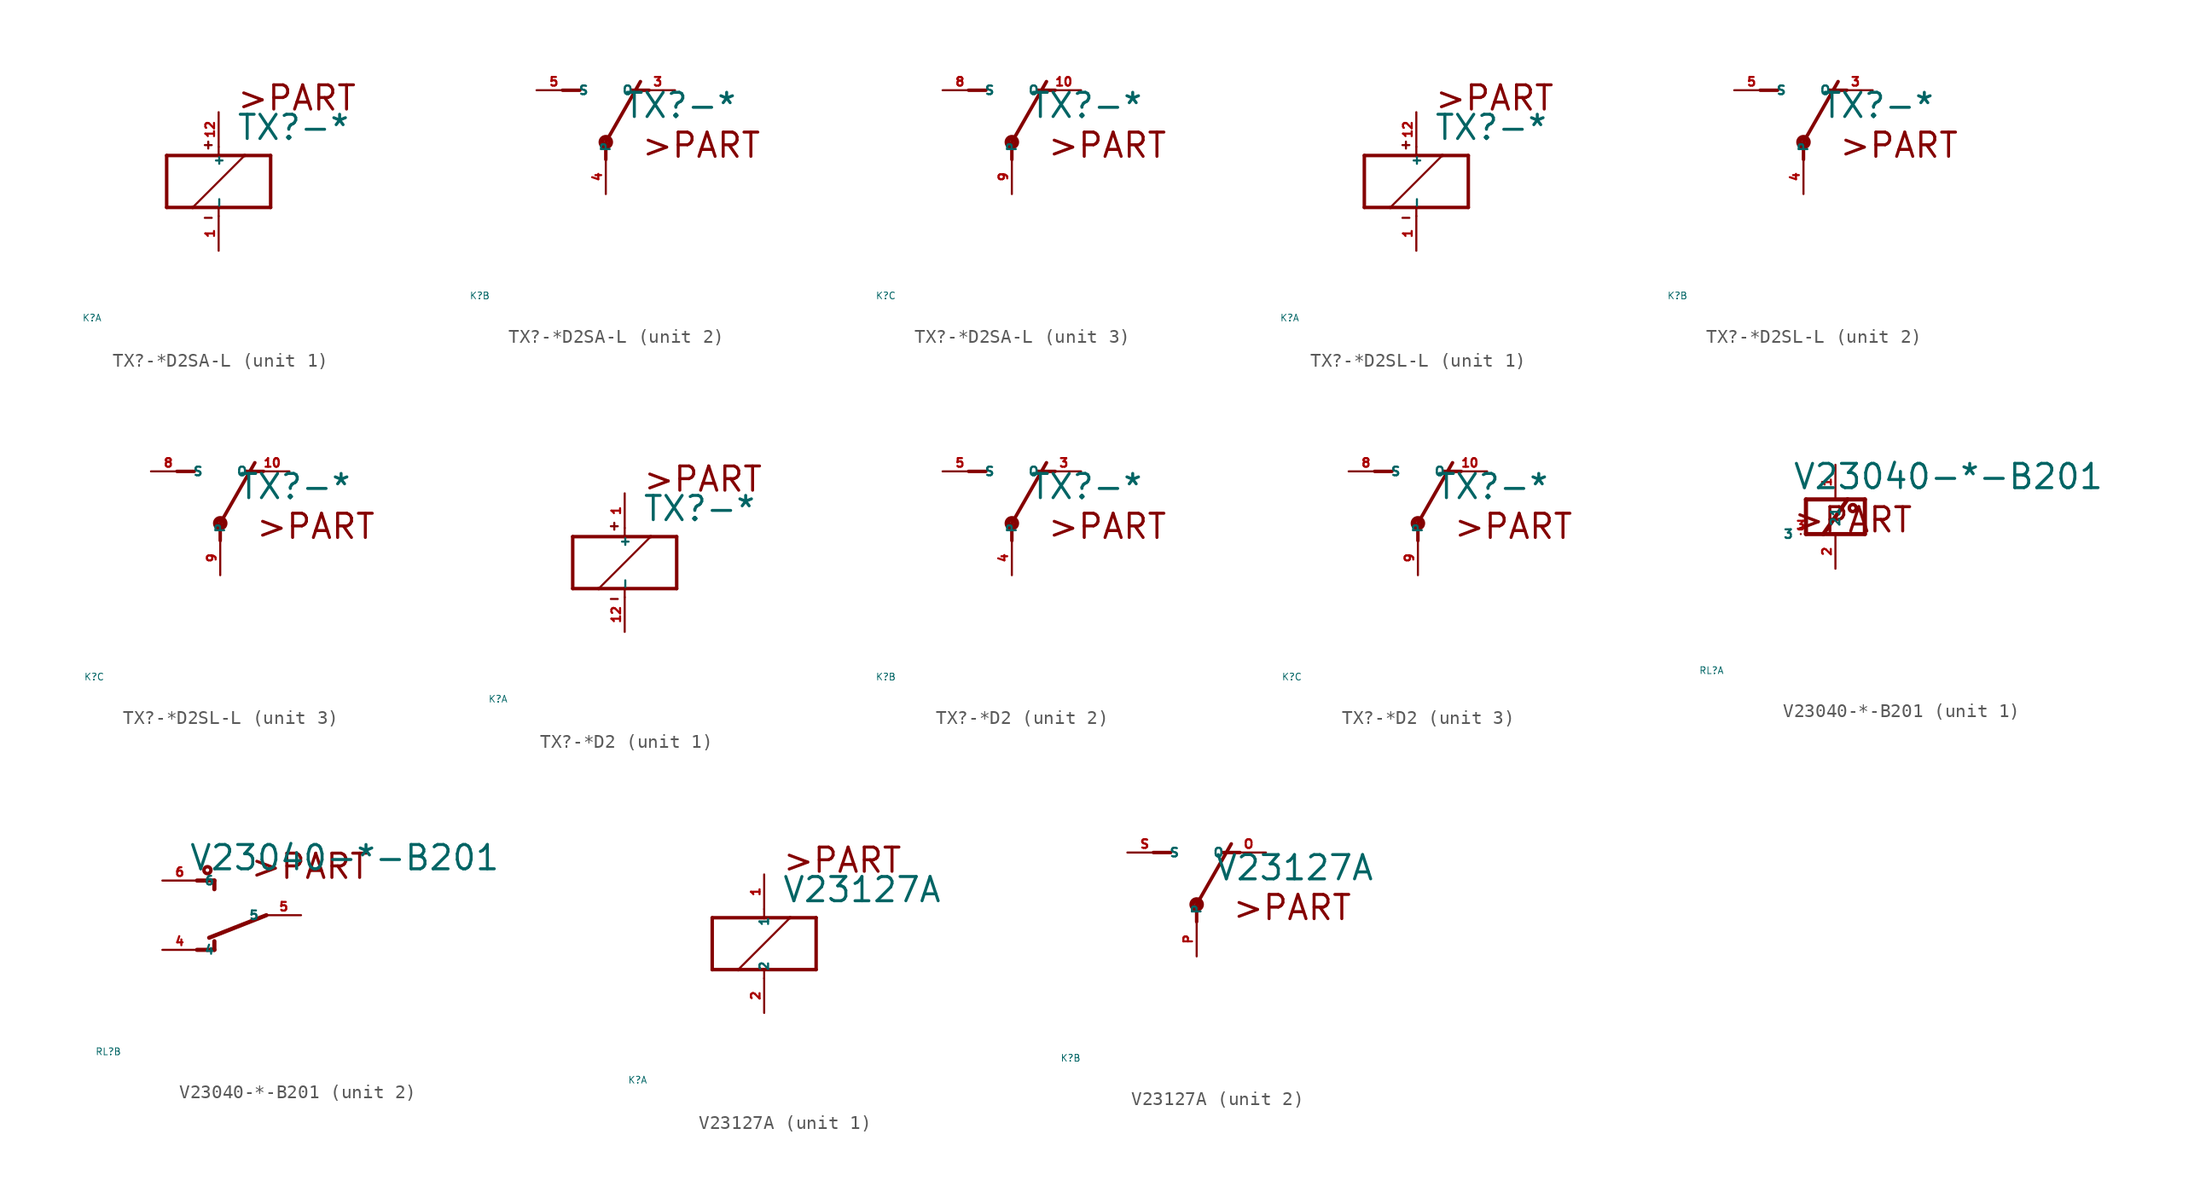
<source format=kicad_sym>
(kicad_symbol_lib
  (version 20220914)
  (generator Eagle2Kicad)
  (symbol "TX?-*D2SA-L"
    (property "Reference" "K"
      (at -10 -10 0)
      (effects (font (size 0.5 0.5) (thickness 0.06)) (justify left)))
    (property "Value" "TX?-*"
      (at 1.27 2.921 0)
      (effects (font (size 1.778 1.778) (thickness 0.22)) (justify left bottom)))
    (symbol "TX?-*D2SA-L_1_0"
      (polyline (pts (xy -3.81 -1.905) (xy -1.905 -1.905)) (stroke (width 0.254) (type default)) (fill (type none)))
      (polyline (pts (xy 3.81 -1.905) (xy 3.81 1.905)) (stroke (width 0.254) (type default)) (fill (type none)))
      (polyline (pts (xy 3.81 1.905) (xy 1.905 1.905)) (stroke (width 0.254) (type default)) (fill (type none)))
      (polyline (pts (xy -3.81 1.905) (xy -3.81 -1.905)) (stroke (width 0.254) (type default)) (fill (type none)))
      (polyline (pts (xy 0 -2.54) (xy 0 -1.905)) (stroke (width 0.152) (type default)) (fill (type none)))
      (polyline (pts (xy 0 -1.905) (xy 3.81 -1.905)) (stroke (width 0.254) (type default)) (fill (type none)))
      (polyline (pts (xy 0 2.54) (xy 0 1.905)) (stroke (width 0.152) (type default)) (fill (type none)))
      (polyline (pts (xy 0 1.905) (xy -3.81 1.905)) (stroke (width 0.254) (type default)) (fill (type none)))
      (polyline (pts (xy -1.905 -1.905) (xy 1.905 1.905)) (stroke (width 0.152) (type default)) (fill (type none)))
      (polyline (pts (xy -1.905 -1.905) (xy 0 -1.905)) (stroke (width 0.254) (type default)) (fill (type none)))
      (polyline (pts (xy 1.905 1.905) (xy 0 1.905)) (stroke (width 0.254) (type default)) (fill (type none)))
      (polyline (pts (xy -1.016 2.667) (xy -0.508 2.667)) (stroke (width 0.152) (type default)) (fill (type none)))
      (polyline (pts (xy -0.762 2.921) (xy -0.762 2.413)) (stroke (width 0.152) (type default)) (fill (type none)))
      (polyline (pts (xy -1.016 -2.667) (xy -0.508 -2.667)) (stroke (width 0.152) (type default)) (fill (type none)))
      (text ">PART" (at 1.27 5.08 0) (effects (font (size 1.778 1.778) (thickness 0.22)) (justify left bottom)))
      (pin passive line (at 0 -5.08 90) (length 2.54) (name "-" (effects (font (size 0.635 0.635) (thickness 0.08)) (justify left bottom))) (number "1" (effects (font (size 0.635 0.635) (thickness 0.08)) (justify left bottom))))
      (pin passive line (at 0 5.08 270) (length 2.54) (name "+" (effects (font (size 0.635 0.635) (thickness 0.08)) (justify left bottom))) (number "12" (effects (font (size 0.635 0.635) (thickness 0.08)) (justify left bottom)))))
    (symbol "TX?-*D2SA-L_2_0"
      (polyline (pts (xy 3.175 5.08) (xy 1.905 5.08)) (stroke (width 0.254) (type default)) (fill (type none)))
      (polyline (pts (xy -3.175 5.08) (xy -1.905 5.08)) (stroke (width 0.254) (type default)) (fill (type none)))
      (polyline (pts (xy 0 1.27) (xy 2.54 5.715)) (stroke (width 0.254) (type default)) (fill (type none)))
      (polyline (pts (xy 0 1.27) (xy 0 0)) (stroke (width 0.254) (type default)) (fill (type none)))
      (text ">PART" (at 2.54 0 0) (effects (font (size 1.778 1.778) (thickness 0.22)) (justify left bottom)))
      (circle (center 0 1.27) (radius 0.127) (stroke (width 0.406) (type default)) (fill (type none)))
      (pin passive line (at 5.08 5.08 180) (length 2.54) (name "O" (effects (font (size 0.635 0.635) (thickness 0.08)) (justify left bottom))) (number "3" (effects (font (size 0.635 0.635) (thickness 0.08)) (justify left bottom))))
      (pin passive line (at -5.08 5.08 0) (length 2.54) (name "S" (effects (font (size 0.635 0.635) (thickness 0.08)) (justify left bottom))) (number "5" (effects (font (size 0.635 0.635) (thickness 0.08)) (justify left bottom))))
      (pin passive line (at 0 -2.54 90) (length 2.54) (name "P" (effects (font (size 0.635 0.635) (thickness 0.08)) (justify left bottom))) (number "4" (effects (font (size 0.635 0.635) (thickness 0.08)) (justify left bottom)))))
    (symbol "TX?-*D2SA-L_3_0"
      (polyline (pts (xy 3.175 5.08) (xy 1.905 5.08)) (stroke (width 0.254) (type default)) (fill (type none)))
      (polyline (pts (xy -3.175 5.08) (xy -1.905 5.08)) (stroke (width 0.254) (type default)) (fill (type none)))
      (polyline (pts (xy 0 1.27) (xy 2.54 5.715)) (stroke (width 0.254) (type default)) (fill (type none)))
      (polyline (pts (xy 0 1.27) (xy 0 0)) (stroke (width 0.254) (type default)) (fill (type none)))
      (text ">PART" (at 2.54 0 0) (effects (font (size 1.778 1.778) (thickness 0.22)) (justify left bottom)))
      (circle (center 0 1.27) (radius 0.127) (stroke (width 0.406) (type default)) (fill (type none)))
      (pin passive line (at 5.08 5.08 180) (length 2.54) (name "O" (effects (font (size 0.635 0.635) (thickness 0.08)) (justify left bottom))) (number "10" (effects (font (size 0.635 0.635) (thickness 0.08)) (justify left bottom))))
      (pin passive line (at -5.08 5.08 0) (length 2.54) (name "S" (effects (font (size 0.635 0.635) (thickness 0.08)) (justify left bottom))) (number "8" (effects (font (size 0.635 0.635) (thickness 0.08)) (justify left bottom))))
      (pin passive line (at 0 -2.54 90) (length 2.54) (name "P" (effects (font (size 0.635 0.635) (thickness 0.08)) (justify left bottom))) (number "9" (effects (font (size 0.635 0.635) (thickness 0.08)) (justify left bottom))))))
  (symbol "TX?-*D2SL-L"
    (property "Reference" "K"
      (at -10 -10 0)
      (effects (font (size 0.5 0.5) (thickness 0.06)) (justify left)))
    (property "Value" "TX?-*"
      (at 1.27 2.921 0)
      (effects (font (size 1.778 1.778) (thickness 0.22)) (justify left bottom)))
    (symbol "TX?-*D2SL-L_1_0"
      (polyline (pts (xy -3.81 -1.905) (xy -1.905 -1.905)) (stroke (width 0.254) (type default)) (fill (type none)))
      (polyline (pts (xy 3.81 -1.905) (xy 3.81 1.905)) (stroke (width 0.254) (type default)) (fill (type none)))
      (polyline (pts (xy 3.81 1.905) (xy 1.905 1.905)) (stroke (width 0.254) (type default)) (fill (type none)))
      (polyline (pts (xy -3.81 1.905) (xy -3.81 -1.905)) (stroke (width 0.254) (type default)) (fill (type none)))
      (polyline (pts (xy 0 -2.54) (xy 0 -1.905)) (stroke (width 0.152) (type default)) (fill (type none)))
      (polyline (pts (xy 0 -1.905) (xy 3.81 -1.905)) (stroke (width 0.254) (type default)) (fill (type none)))
      (polyline (pts (xy 0 2.54) (xy 0 1.905)) (stroke (width 0.152) (type default)) (fill (type none)))
      (polyline (pts (xy 0 1.905) (xy -3.81 1.905)) (stroke (width 0.254) (type default)) (fill (type none)))
      (polyline (pts (xy -1.905 -1.905) (xy 1.905 1.905)) (stroke (width 0.152) (type default)) (fill (type none)))
      (polyline (pts (xy -1.905 -1.905) (xy 0 -1.905)) (stroke (width 0.254) (type default)) (fill (type none)))
      (polyline (pts (xy 1.905 1.905) (xy 0 1.905)) (stroke (width 0.254) (type default)) (fill (type none)))
      (polyline (pts (xy -1.016 2.667) (xy -0.508 2.667)) (stroke (width 0.152) (type default)) (fill (type none)))
      (polyline (pts (xy -0.762 2.921) (xy -0.762 2.413)) (stroke (width 0.152) (type default)) (fill (type none)))
      (polyline (pts (xy -1.016 -2.667) (xy -0.508 -2.667)) (stroke (width 0.152) (type default)) (fill (type none)))
      (text ">PART" (at 1.27 5.08 0) (effects (font (size 1.778 1.778) (thickness 0.22)) (justify left bottom)))
      (pin passive line (at 0 -5.08 90) (length 2.54) (name "-" (effects (font (size 0.635 0.635) (thickness 0.08)) (justify left bottom))) (number "1" (effects (font (size 0.635 0.635) (thickness 0.08)) (justify left bottom))))
      (pin passive line (at 0 5.08 270) (length 2.54) (name "+" (effects (font (size 0.635 0.635) (thickness 0.08)) (justify left bottom))) (number "12" (effects (font (size 0.635 0.635) (thickness 0.08)) (justify left bottom)))))
    (symbol "TX?-*D2SL-L_2_0"
      (polyline (pts (xy 3.175 5.08) (xy 1.905 5.08)) (stroke (width 0.254) (type default)) (fill (type none)))
      (polyline (pts (xy -3.175 5.08) (xy -1.905 5.08)) (stroke (width 0.254) (type default)) (fill (type none)))
      (polyline (pts (xy 0 1.27) (xy 2.54 5.715)) (stroke (width 0.254) (type default)) (fill (type none)))
      (polyline (pts (xy 0 1.27) (xy 0 0)) (stroke (width 0.254) (type default)) (fill (type none)))
      (text ">PART" (at 2.54 0 0) (effects (font (size 1.778 1.778) (thickness 0.22)) (justify left bottom)))
      (circle (center 0 1.27) (radius 0.127) (stroke (width 0.406) (type default)) (fill (type none)))
      (pin passive line (at 5.08 5.08 180) (length 2.54) (name "O" (effects (font (size 0.635 0.635) (thickness 0.08)) (justify left bottom))) (number "3" (effects (font (size 0.635 0.635) (thickness 0.08)) (justify left bottom))))
      (pin passive line (at -5.08 5.08 0) (length 2.54) (name "S" (effects (font (size 0.635 0.635) (thickness 0.08)) (justify left bottom))) (number "5" (effects (font (size 0.635 0.635) (thickness 0.08)) (justify left bottom))))
      (pin passive line (at 0 -2.54 90) (length 2.54) (name "P" (effects (font (size 0.635 0.635) (thickness 0.08)) (justify left bottom))) (number "4" (effects (font (size 0.635 0.635) (thickness 0.08)) (justify left bottom)))))
    (symbol "TX?-*D2SL-L_3_0"
      (polyline (pts (xy 3.175 5.08) (xy 1.905 5.08)) (stroke (width 0.254) (type default)) (fill (type none)))
      (polyline (pts (xy -3.175 5.08) (xy -1.905 5.08)) (stroke (width 0.254) (type default)) (fill (type none)))
      (polyline (pts (xy 0 1.27) (xy 2.54 5.715)) (stroke (width 0.254) (type default)) (fill (type none)))
      (polyline (pts (xy 0 1.27) (xy 0 0)) (stroke (width 0.254) (type default)) (fill (type none)))
      (text ">PART" (at 2.54 0 0) (effects (font (size 1.778 1.778) (thickness 0.22)) (justify left bottom)))
      (circle (center 0 1.27) (radius 0.127) (stroke (width 0.406) (type default)) (fill (type none)))
      (pin passive line (at 5.08 5.08 180) (length 2.54) (name "O" (effects (font (size 0.635 0.635) (thickness 0.08)) (justify left bottom))) (number "10" (effects (font (size 0.635 0.635) (thickness 0.08)) (justify left bottom))))
      (pin passive line (at -5.08 5.08 0) (length 2.54) (name "S" (effects (font (size 0.635 0.635) (thickness 0.08)) (justify left bottom))) (number "8" (effects (font (size 0.635 0.635) (thickness 0.08)) (justify left bottom))))
      (pin passive line (at 0 -2.54 90) (length 2.54) (name "P" (effects (font (size 0.635 0.635) (thickness 0.08)) (justify left bottom))) (number "9" (effects (font (size 0.635 0.635) (thickness 0.08)) (justify left bottom))))))
  (symbol "TX?-*D2"
    (property "Reference" "K"
      (at -10 -10 0)
      (effects (font (size 0.5 0.5) (thickness 0.06)) (justify left)))
    (property "Value" "TX?-*"
      (at 1.27 2.921 0)
      (effects (font (size 1.778 1.778) (thickness 0.22)) (justify left bottom)))
    (symbol "TX?-*D2_1_0"
      (polyline (pts (xy -3.81 -1.905) (xy -1.905 -1.905)) (stroke (width 0.254) (type default)) (fill (type none)))
      (polyline (pts (xy 3.81 -1.905) (xy 3.81 1.905)) (stroke (width 0.254) (type default)) (fill (type none)))
      (polyline (pts (xy 3.81 1.905) (xy 1.905 1.905)) (stroke (width 0.254) (type default)) (fill (type none)))
      (polyline (pts (xy -3.81 1.905) (xy -3.81 -1.905)) (stroke (width 0.254) (type default)) (fill (type none)))
      (polyline (pts (xy 0 -2.54) (xy 0 -1.905)) (stroke (width 0.152) (type default)) (fill (type none)))
      (polyline (pts (xy 0 -1.905) (xy 3.81 -1.905)) (stroke (width 0.254) (type default)) (fill (type none)))
      (polyline (pts (xy 0 2.54) (xy 0 1.905)) (stroke (width 0.152) (type default)) (fill (type none)))
      (polyline (pts (xy 0 1.905) (xy -3.81 1.905)) (stroke (width 0.254) (type default)) (fill (type none)))
      (polyline (pts (xy -1.905 -1.905) (xy 1.905 1.905)) (stroke (width 0.152) (type default)) (fill (type none)))
      (polyline (pts (xy -1.905 -1.905) (xy 0 -1.905)) (stroke (width 0.254) (type default)) (fill (type none)))
      (polyline (pts (xy 1.905 1.905) (xy 0 1.905)) (stroke (width 0.254) (type default)) (fill (type none)))
      (polyline (pts (xy -1.016 2.667) (xy -0.508 2.667)) (stroke (width 0.152) (type default)) (fill (type none)))
      (polyline (pts (xy -0.762 2.921) (xy -0.762 2.413)) (stroke (width 0.152) (type default)) (fill (type none)))
      (polyline (pts (xy -1.016 -2.667) (xy -0.508 -2.667)) (stroke (width 0.152) (type default)) (fill (type none)))
      (text ">PART" (at 1.27 5.08 0) (effects (font (size 1.778 1.778) (thickness 0.22)) (justify left bottom)))
      (pin passive line (at 0 -5.08 90) (length 2.54) (name "-" (effects (font (size 0.635 0.635) (thickness 0.08)) (justify left bottom))) (number "12" (effects (font (size 0.635 0.635) (thickness 0.08)) (justify left bottom))))
      (pin passive line (at 0 5.08 270) (length 2.54) (name "+" (effects (font (size 0.635 0.635) (thickness 0.08)) (justify left bottom))) (number "1" (effects (font (size 0.635 0.635) (thickness 0.08)) (justify left bottom)))))
    (symbol "TX?-*D2_2_0"
      (polyline (pts (xy 3.175 5.08) (xy 1.905 5.08)) (stroke (width 0.254) (type default)) (fill (type none)))
      (polyline (pts (xy -3.175 5.08) (xy -1.905 5.08)) (stroke (width 0.254) (type default)) (fill (type none)))
      (polyline (pts (xy 0 1.27) (xy 2.54 5.715)) (stroke (width 0.254) (type default)) (fill (type none)))
      (polyline (pts (xy 0 1.27) (xy 0 0)) (stroke (width 0.254) (type default)) (fill (type none)))
      (text ">PART" (at 2.54 0 0) (effects (font (size 1.778 1.778) (thickness 0.22)) (justify left bottom)))
      (circle (center 0 1.27) (radius 0.127) (stroke (width 0.406) (type default)) (fill (type none)))
      (pin passive line (at 5.08 5.08 180) (length 2.54) (name "O" (effects (font (size 0.635 0.635) (thickness 0.08)) (justify left bottom))) (number "3" (effects (font (size 0.635 0.635) (thickness 0.08)) (justify left bottom))))
      (pin passive line (at -5.08 5.08 0) (length 2.54) (name "S" (effects (font (size 0.635 0.635) (thickness 0.08)) (justify left bottom))) (number "5" (effects (font (size 0.635 0.635) (thickness 0.08)) (justify left bottom))))
      (pin passive line (at 0 -2.54 90) (length 2.54) (name "P" (effects (font (size 0.635 0.635) (thickness 0.08)) (justify left bottom))) (number "4" (effects (font (size 0.635 0.635) (thickness 0.08)) (justify left bottom)))))
    (symbol "TX?-*D2_3_0"
      (polyline (pts (xy 3.175 5.08) (xy 1.905 5.08)) (stroke (width 0.254) (type default)) (fill (type none)))
      (polyline (pts (xy -3.175 5.08) (xy -1.905 5.08)) (stroke (width 0.254) (type default)) (fill (type none)))
      (polyline (pts (xy 0 1.27) (xy 2.54 5.715)) (stroke (width 0.254) (type default)) (fill (type none)))
      (polyline (pts (xy 0 1.27) (xy 0 0)) (stroke (width 0.254) (type default)) (fill (type none)))
      (text ">PART" (at 2.54 0 0) (effects (font (size 1.778 1.778) (thickness 0.22)) (justify left bottom)))
      (circle (center 0 1.27) (radius 0.127) (stroke (width 0.406) (type default)) (fill (type none)))
      (pin passive line (at 5.08 5.08 180) (length 2.54) (name "O" (effects (font (size 0.635 0.635) (thickness 0.08)) (justify left bottom))) (number "10" (effects (font (size 0.635 0.635) (thickness 0.08)) (justify left bottom))))
      (pin passive line (at -5.08 5.08 0) (length 2.54) (name "S" (effects (font (size 0.635 0.635) (thickness 0.08)) (justify left bottom))) (number "8" (effects (font (size 0.635 0.635) (thickness 0.08)) (justify left bottom))))
      (pin passive line (at 0 -2.54 90) (length 2.54) (name "P" (effects (font (size 0.635 0.635) (thickness 0.08)) (justify left bottom))) (number "9" (effects (font (size 0.635 0.635) (thickness 0.08)) (justify left bottom))))))
  (symbol "V23040-*-B201"
    (property "Reference" "RL"
      (at -10 -10 0)
      (effects (font (size 0.5 0.5) (thickness 0.06)) (justify left)))
    (property "Value" "V23040-*-B201"
      (at -3.175 3.175 0)
      (effects (font (size 1.778 1.778) (thickness 0.22)) (justify left bottom)))
    (symbol "V23040-*-B201_1_0"
      (polyline (pts (xy -2.159 0) (xy -2.159 2.54)) (stroke (width 0.305) (type default)) (fill (type none)))
      (polyline (pts (xy 0.889 2.54) (xy -0.889 0)) (stroke (width 0.305) (type default)) (fill (type none)))
      (polyline (pts (xy 0.889 2.54) (xy 2.159 2.54)) (stroke (width 0.305) (type default)) (fill (type none)))
      (polyline (pts (xy -0.889 0) (xy -2.159 0)) (stroke (width 0.305) (type default)) (fill (type none)))
      (polyline (pts (xy -2.159 2.54) (xy 0.889 2.54)) (stroke (width 0.305) (type default)) (fill (type none)))
      (polyline (pts (xy 2.159 0) (xy -0.889 0)) (stroke (width 0.305) (type default)) (fill (type none)))
      (polyline (pts (xy 2.159 2.54) (xy 2.159 0)) (stroke (width 0.305) (type default)) (fill (type none)))
      (text ">PART" (at -3.175 0 0) (effects (font (size 1.778 1.778) (thickness 0.22)) (justify left bottom mirror)))
      (circle (center 1.27 1.905) (radius 0.254) (stroke (width 0.254) (type default)) (fill (type none)))
      (pin passive line (at 0 5.08 270) (length 2.54) (name "1" (effects (font (size 0.635 0.635) (thickness 0.08)) (justify left bottom))) (number "1" (effects (font (size 0.635 0.635) (thickness 0.08)) (justify left bottom))))
      (pin passive line (at 0 -2.54 90) (length 2.54) (name "2" (effects (font (size 0.635 0.635) (thickness 0.08)) (justify left bottom))) (number "2" (effects (font (size 0.635 0.635) (thickness 0.08)) (justify left bottom))))
      (pin passive line (at -2.54 0 180) (length 0) (name "3" (effects (font (size 0.635 0.635) (thickness 0.08)) (justify left bottom))) (number "3" (effects (font (size 0.635 0.635) (thickness 0.08)) (justify left bottom)))))
    (symbol "V23040-*-B201_2_0"
      (polyline (pts (xy -2.54 -2.54) (xy -1.27 -2.54)) (stroke (width 0.305) (type default)) (fill (type none)))
      (polyline (pts (xy -1.27 -2.54) (xy -1.27 -1.905)) (stroke (width 0.305) (type default)) (fill (type none)))
      (polyline (pts (xy -2.54 2.54) (xy -1.27 2.54)) (stroke (width 0.305) (type default)) (fill (type none)))
      (polyline (pts (xy -1.27 2.54) (xy -1.27 1.905)) (stroke (width 0.305) (type default)) (fill (type none)))
      (polyline (pts (xy -1.651 -1.651) (xy 2.54 0)) (stroke (width 0.305) (type default)) (fill (type none)))
      (text ">PART" (at 1.27 2.54 0) (effects (font (size 1.778 1.778) (thickness 0.22)) (justify left bottom)))
      (circle (center -1.778 3.302) (radius 0.254) (stroke (width 0.254) (type default)) (fill (type none)))
      (pin passive line (at -5.08 -2.54 0) (length 2.54) (name "4" (effects (font (size 0.635 0.635) (thickness 0.08)) (justify left bottom))) (number "4" (effects (font (size 0.635 0.635) (thickness 0.08)) (justify left bottom))))
      (pin passive line (at 5.08 0 180) (length 2.54) (name "5" (effects (font (size 0.635 0.635) (thickness 0.08)) (justify left bottom))) (number "5" (effects (font (size 0.635 0.635) (thickness 0.08)) (justify left bottom))))
      (pin passive line (at -5.08 2.54 0) (length 2.54) (name "6" (effects (font (size 0.635 0.635) (thickness 0.08)) (justify left bottom))) (number "6" (effects (font (size 0.635 0.635) (thickness 0.08)) (justify left bottom))))))
  (symbol "V23127A"
    (property "Reference" "K"
      (at -10 -10 0)
      (effects (font (size 0.5 0.5) (thickness 0.06)) (justify left)))
    (property "Value" "V23127A"
      (at 1.27 2.921 0)
      (effects (font (size 1.778 1.778) (thickness 0.22)) (justify left bottom)))
    (symbol "V23127A_1_0"
      (polyline (pts (xy -3.81 -1.905) (xy -1.905 -1.905)) (stroke (width 0.254) (type default)) (fill (type none)))
      (polyline (pts (xy 3.81 -1.905) (xy 3.81 1.905)) (stroke (width 0.254) (type default)) (fill (type none)))
      (polyline (pts (xy 3.81 1.905) (xy 1.905 1.905)) (stroke (width 0.254) (type default)) (fill (type none)))
      (polyline (pts (xy -3.81 1.905) (xy -3.81 -1.905)) (stroke (width 0.254) (type default)) (fill (type none)))
      (polyline (pts (xy 0 -2.54) (xy 0 -1.905)) (stroke (width 0.152) (type default)) (fill (type none)))
      (polyline (pts (xy 0 -1.905) (xy 3.81 -1.905)) (stroke (width 0.254) (type default)) (fill (type none)))
      (polyline (pts (xy 0 2.54) (xy 0 1.905)) (stroke (width 0.152) (type default)) (fill (type none)))
      (polyline (pts (xy 0 1.905) (xy -3.81 1.905)) (stroke (width 0.254) (type default)) (fill (type none)))
      (polyline (pts (xy -1.905 -1.905) (xy 1.905 1.905)) (stroke (width 0.152) (type default)) (fill (type none)))
      (polyline (pts (xy -1.905 -1.905) (xy 0 -1.905)) (stroke (width 0.254) (type default)) (fill (type none)))
      (polyline (pts (xy 1.905 1.905) (xy 0 1.905)) (stroke (width 0.254) (type default)) (fill (type none)))
      (text ">PART" (at 1.27 5.08 0) (effects (font (size 1.778 1.778) (thickness 0.22)) (justify left bottom)))
      (pin passive line (at 0 -5.08 90) (length 2.54) (name "2" (effects (font (size 0.635 0.635) (thickness 0.08)) (justify left bottom))) (number "2" (effects (font (size 0.635 0.635) (thickness 0.08)) (justify left bottom))))
      (pin passive line (at 0 5.08 270) (length 2.54) (name "1" (effects (font (size 0.635 0.635) (thickness 0.08)) (justify left bottom))) (number "1" (effects (font (size 0.635 0.635) (thickness 0.08)) (justify left bottom)))))
    (symbol "V23127A_2_0"
      (polyline (pts (xy 3.175 5.08) (xy 1.905 5.08)) (stroke (width 0.254) (type default)) (fill (type none)))
      (polyline (pts (xy -3.175 5.08) (xy -1.905 5.08)) (stroke (width 0.254) (type default)) (fill (type none)))
      (polyline (pts (xy 0 1.27) (xy 2.54 5.715)) (stroke (width 0.254) (type default)) (fill (type none)))
      (polyline (pts (xy 0 1.27) (xy 0 0)) (stroke (width 0.254) (type default)) (fill (type none)))
      (text ">PART" (at 2.54 0 0) (effects (font (size 1.778 1.778) (thickness 0.22)) (justify left bottom)))
      (circle (center 0 1.27) (radius 0.127) (stroke (width 0.406) (type default)) (fill (type none)))
      (pin passive line (at 5.08 5.08 180) (length 2.54) (name "O" (effects (font (size 0.635 0.635) (thickness 0.08)) (justify left bottom))) (number "O" (effects (font (size 0.635 0.635) (thickness 0.08)) (justify left bottom))))
      (pin passive line (at -5.08 5.08 0) (length 2.54) (name "S" (effects (font (size 0.635 0.635) (thickness 0.08)) (justify left bottom))) (number "S" (effects (font (size 0.635 0.635) (thickness 0.08)) (justify left bottom))))
      (pin passive line (at 0 -2.54 90) (length 2.54) (name "P" (effects (font (size 0.635 0.635) (thickness 0.08)) (justify left bottom))) (number "P" (effects (font (size 0.635 0.635) (thickness 0.08)) (justify left bottom)))))))
</source>
